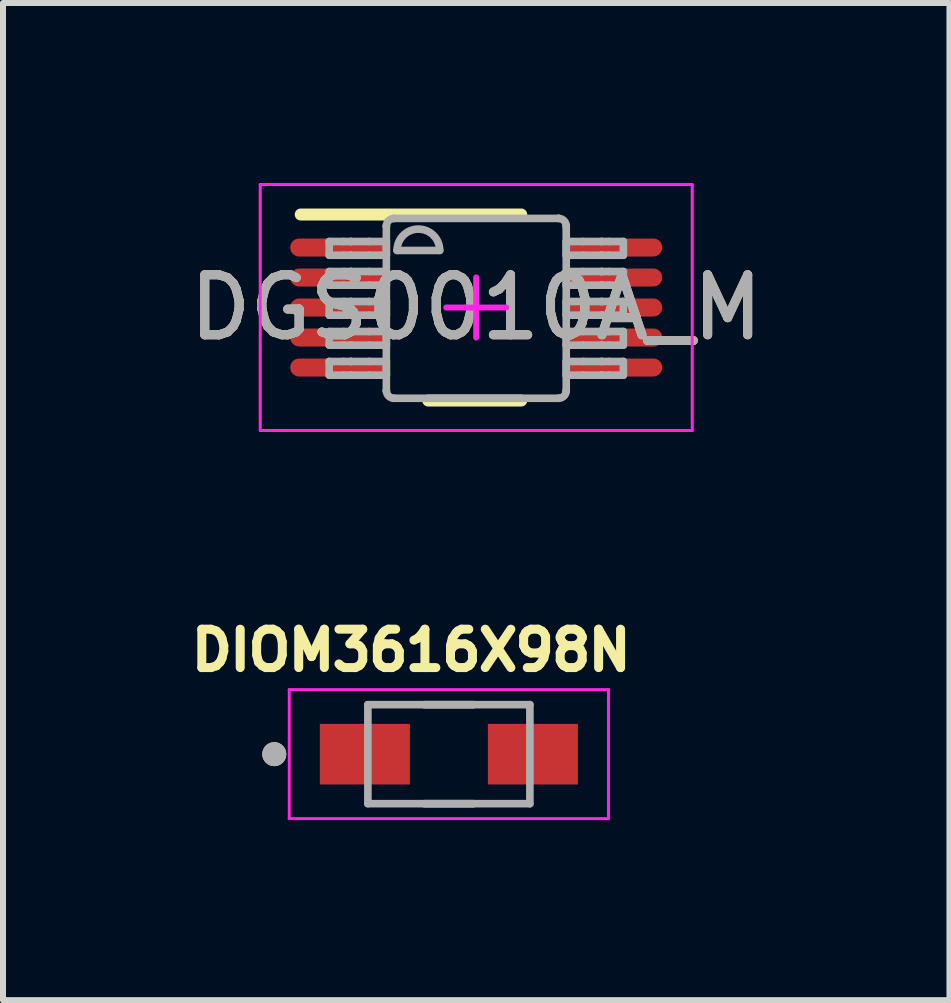
<source format=kicad_pcb>
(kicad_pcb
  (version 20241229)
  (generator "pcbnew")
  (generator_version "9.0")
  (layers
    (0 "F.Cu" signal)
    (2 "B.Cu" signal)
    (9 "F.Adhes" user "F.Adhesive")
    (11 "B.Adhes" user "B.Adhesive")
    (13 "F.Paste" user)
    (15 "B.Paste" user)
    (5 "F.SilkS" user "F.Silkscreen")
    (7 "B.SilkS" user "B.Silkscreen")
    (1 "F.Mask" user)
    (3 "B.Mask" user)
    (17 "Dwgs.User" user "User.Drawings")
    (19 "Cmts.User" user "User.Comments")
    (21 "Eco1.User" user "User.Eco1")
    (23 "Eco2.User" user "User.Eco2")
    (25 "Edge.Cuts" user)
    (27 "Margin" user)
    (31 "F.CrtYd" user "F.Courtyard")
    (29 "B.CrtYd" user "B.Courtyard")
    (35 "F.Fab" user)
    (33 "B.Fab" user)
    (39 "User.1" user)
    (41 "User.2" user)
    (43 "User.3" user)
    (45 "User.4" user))
  (footprint "DGS0010A_M"
    (layer "F.Cu")
    (at 4.887 2.075)
    (property "Reference" "DGS0010A_M" (at 0 0 0) (unlocked yes) (layer "F.SilkS") (effects (font (size 1 1) (thickness 0.15))))
    (attr smd)
    (fp_line (start -2.925 -1.55) (end 0.75 -1.55) (stroke (width 0.2) (type solid)) (layer "F.SilkS"))
    (fp_line (start -0.8 1.55) (end 0.75 1.55) (stroke (width 0.2) (type solid)) (layer "F.SilkS"))
    (fp_line (start -3.6 -2.05) (end 3.6 -2.05) (stroke (width 0.05) (type solid)) (layer "F.CrtYd"))
    (fp_line (start -3.6 2.05) (end -3.6 -2.05) (stroke (width 0.05) (type solid)) (layer "F.CrtYd"))
    (fp_line (start -3.6 2.05) (end 3.6 2.05) (stroke (width 0.05) (type solid)) (layer "F.CrtYd"))
    (fp_line (start -0.5 0.000003) (end 0.5 0.000003) (stroke (width 0.1) (type solid)) (layer "F.CrtYd"))
    (fp_line (start 0 0.5) (end 0 -0.5) (stroke (width 0.1) (type solid)) (layer "F.CrtYd"))
    (fp_line (start 3.6 2.05) (end 3.6 -2.05) (stroke (width 0.05) (type solid)) (layer "F.CrtYd"))
    (fp_line (start -2.45 -1.1) (end -2.21 -1.1) (stroke (width 0.127) (type solid)) (layer "F.Fab"))
    (fp_line (start -2.45 -0.871) (end -2.45 -1.1) (stroke (width 0.127) (type solid)) (layer "F.Fab"))
    (fp_line (start -2.45 -0.871) (end -2.21 -0.871) (stroke (width 0.127) (type solid)) (layer "F.Fab"))
    (fp_line (start -2.45 -0.6) (end -2.21 -0.6) (stroke (width 0.127) (type solid)) (layer "F.Fab"))
    (fp_line (start -2.45 -0.372) (end -2.45 -0.6) (stroke (width 0.127) (type solid)) (layer "F.Fab"))
    (fp_line (start -2.45 -0.372) (end -2.21 -0.372) (stroke (width 0.127) (type solid)) (layer "F.Fab"))
    (fp_line (start -2.45 -0.1) (end -2.21 -0.1) (stroke (width 0.127) (type solid)) (layer "F.Fab"))
    (fp_line (start -2.45 0.128) (end -2.45 -0.1) (stroke (width 0.127) (type solid)) (layer "F.Fab"))
    (fp_line (start -2.45 0.128) (end -2.21 0.128) (stroke (width 0.127) (type solid)) (layer "F.Fab"))
    (fp_line (start -2.45 0.4) (end -2.21 0.4) (stroke (width 0.127) (type solid)) (layer "F.Fab"))
    (fp_line (start -2.45 0.628) (end -2.45 0.4) (stroke (width 0.127) (type solid)) (layer "F.Fab"))
    (fp_line (start -2.45 0.628) (end -2.21 0.628) (stroke (width 0.127) (type solid)) (layer "F.Fab"))
    (fp_line (start -2.45 0.899) (end -2.21 0.899) (stroke (width 0.127) (type solid)) (layer "F.Fab"))
    (fp_line (start -2.45 1.128) (end -2.45 0.899) (stroke (width 0.127) (type solid)) (layer "F.Fab"))
    (fp_line (start -2.45 1.128) (end -2.21 1.128) (stroke (width 0.127) (type solid)) (layer "F.Fab"))
    (fp_line (start -2.21 -1.1) (end -2.09 -1.1) (stroke (width 0.127) (type solid)) (layer "F.Fab"))
    (fp_line (start -2.21 -0.871) (end -2.09 -0.871) (stroke (width 0.127) (type solid)) (layer "F.Fab"))
    (fp_line (start -2.21 -0.6) (end -2.09 -0.6) (stroke (width 0.127) (type solid)) (layer "F.Fab"))
    (fp_line (start -2.21 -0.372) (end -2.09 -0.372) (stroke (width 0.127) (type solid)) (layer "F.Fab"))
    (fp_line (start -2.21 -0.1) (end -2.09 -0.1) (stroke (width 0.127) (type solid)) (layer "F.Fab"))
    (fp_line (start -2.21 0.128) (end -2.09 0.128) (stroke (width 0.127) (type solid)) (layer "F.Fab"))
    (fp_line (start -2.21 0.4) (end -2.09 0.4) (stroke (width 0.127) (type solid)) (layer "F.Fab"))
    (fp_line (start -2.21 0.628) (end -2.09 0.628) (stroke (width 0.127) (type solid)) (layer "F.Fab"))
    (fp_line (start -2.21 0.899) (end -2.09 0.899) (stroke (width 0.127) (type solid)) (layer "F.Fab"))
    (fp_line (start -2.21 1.128) (end -2.09 1.128) (stroke (width 0.127) (type solid)) (layer "F.Fab"))
    (fp_line (start -2.09 -1.1) (end -2.087 -1.1) (stroke (width 0.127) (type solid)) (layer "F.Fab"))
    (fp_line (start -2.09 -0.871) (end -2.087 -0.871) (stroke (width 0.127) (type solid)) (layer "F.Fab"))
    (fp_line (start -2.09 -0.6) (end -2.087 -0.6) (stroke (width 0.127) (type solid)) (layer "F.Fab"))
    (fp_line (start -2.09 -0.372) (end -2.087 -0.372) (stroke (width 0.127) (type solid)) (layer "F.Fab"))
    (fp_line (start -2.09 -0.1) (end -2.087 -0.1) (stroke (width 0.127) (type solid)) (layer "F.Fab"))
    (fp_line (start -2.09 0.128) (end -2.087 0.128) (stroke (width 0.127) (type solid)) (layer "F.Fab"))
    (fp_line (start -2.09 0.4) (end -2.087 0.4) (stroke (width 0.127) (type solid)) (layer "F.Fab"))
    (fp_line (start -2.09 0.628) (end -2.087 0.628) (stroke (width 0.127) (type solid)) (layer "F.Fab"))
    (fp_line (start -2.09 0.899) (end -2.087 0.899) (stroke (width 0.127) (type solid)) (layer "F.Fab"))
    (fp_line (start -2.09 1.128) (end -2.087 1.128) (stroke (width 0.127) (type solid)) (layer "F.Fab"))
    (fp_line (start -2.087 -1.1) (end -1.784 -1.1) (stroke (width 0.127) (type solid)) (layer "F.Fab"))
    (fp_line (start -2.087 -0.871) (end -1.784 -0.871) (stroke (width 0.127) (type solid)) (layer "F.Fab"))
    (fp_line (start -2.087 -0.6) (end -1.784 -0.6) (stroke (width 0.127) (type solid)) (layer "F.Fab"))
    (fp_line (start -2.087 -0.372) (end -1.784 -0.372) (stroke (width 0.127) (type solid)) (layer "F.Fab"))
    (fp_line (start -2.087 -0.1) (end -1.784 -0.1) (stroke (width 0.127) (type solid)) (layer "F.Fab"))
    (fp_line (start -2.087 0.128) (end -1.784 0.128) (stroke (width 0.127) (type solid)) (layer "F.Fab"))
    (fp_line (start -2.087 0.4) (end -1.784 0.4) (stroke (width 0.127) (type solid)) (layer "F.Fab"))
    (fp_line (start -2.087 0.628) (end -1.784 0.628) (stroke (width 0.127) (type solid)) (layer "F.Fab"))
    (fp_line (start -2.087 0.899) (end -1.784 0.899) (stroke (width 0.127) (type solid)) (layer "F.Fab"))
    (fp_line (start -2.087 1.128) (end -1.784 1.128) (stroke (width 0.127) (type solid)) (layer "F.Fab"))
    (fp_line (start -1.784 -1.1) (end -1.498 -1.1) (stroke (width 0.127) (type solid)) (layer "F.Fab"))
    (fp_line (start -1.784 -0.871) (end -1.498 -0.871) (stroke (width 0.127) (type solid)) (layer "F.Fab"))
    (fp_line (start -1.784 -0.6) (end -1.498 -0.6) (stroke (width 0.127) (type solid)) (layer "F.Fab"))
    (fp_line (start -1.784 -0.372) (end -1.498 -0.372) (stroke (width 0.127) (type solid)) (layer "F.Fab"))
    (fp_line (start -1.784 -0.1) (end -1.498 -0.1) (stroke (width 0.127) (type solid)) (layer "F.Fab"))
    (fp_line (start -1.784 0.128) (end -1.498 0.128) (stroke (width 0.127) (type solid)) (layer "F.Fab"))
    (fp_line (start -1.784 0.4) (end -1.498 0.4) (stroke (width 0.127) (type solid)) (layer "F.Fab"))
    (fp_line (start -1.784 0.628) (end -1.498 0.628) (stroke (width 0.127) (type solid)) (layer "F.Fab"))
    (fp_line (start -1.784 0.899) (end -1.498 0.899) (stroke (width 0.127) (type solid)) (layer "F.Fab"))
    (fp_line (start -1.784 1.128) (end -1.498 1.128) (stroke (width 0.127) (type solid)) (layer "F.Fab"))
    (fp_line (start -1.498 -1.358) (end -1.497 -1.36) (stroke (width 0.127) (type solid)) (layer "F.Fab"))
    (fp_line (start -1.498 -0.871) (end -1.498 -1.1) (stroke (width 0.127) (type solid)) (layer "F.Fab"))
    (fp_line (start -1.498 -0.372) (end -1.498 -0.6) (stroke (width 0.127) (type solid)) (layer "F.Fab"))
    (fp_line (start -1.498 0.128) (end -1.498 -0.1) (stroke (width 0.127) (type solid)) (layer "F.Fab"))
    (fp_line (start -1.498 0.628) (end -1.498 0.4) (stroke (width 0.127) (type solid)) (layer "F.Fab"))
    (fp_line (start -1.498 1.128) (end -1.498 0.899) (stroke (width 0.127) (type solid)) (layer "F.Fab"))
    (fp_line (start -1.498 1.386) (end -1.498 -1.358) (stroke (width 0.127) (type solid)) (layer "F.Fab"))
    (fp_line (start -1.498 1.386) (end -1.497 1.388) (stroke (width 0.127) (type solid)) (layer "F.Fab"))
    (fp_line (start -1.373 -1.485) (end -1.371 -1.485) (stroke (width 0.127) (type solid)) (layer "F.Fab"))
    (fp_line (start -1.373 1.513) (end -1.371 1.513) (stroke (width 0.127) (type solid)) (layer "F.Fab"))
    (fp_line (start -1.371 -1.485) (end 1.373 -1.485) (stroke (width 0.127) (type solid)) (layer "F.Fab"))
    (fp_line (start -1.371 1.513) (end 1.373 1.513) (stroke (width 0.127) (type solid)) (layer "F.Fab"))
    (fp_line (start -1.32 -0.951) (end -0.609 -0.951) (stroke (width 0.127) (type solid)) (layer "F.Fab"))
    (fp_line (start 1.373 -1.485) (end 1.375 -1.485) (stroke (width 0.127) (type solid)) (layer "F.Fab"))
    (fp_line (start 1.373 1.513) (end 1.375 1.513) (stroke (width 0.127) (type solid)) (layer "F.Fab"))
    (fp_line (start 1.5 -1.36) (end 1.5 -1.358) (stroke (width 0.127) (type solid)) (layer "F.Fab"))
    (fp_line (start 1.5 1.388) (end 1.5 1.386) (stroke (width 0.127) (type solid)) (layer "F.Fab"))
    (fp_line (start 1.5 -1.1) (end 1.786 -1.1) (stroke (width 0.127) (type solid)) (layer "F.Fab"))
    (fp_line (start 1.5 -0.871) (end 1.5 -1.1) (stroke (width 0.127) (type solid)) (layer "F.Fab"))
    (fp_line (start 1.5 -0.871) (end 1.786 -0.871) (stroke (width 0.127) (type solid)) (layer "F.Fab"))
    (fp_line (start 1.5 -0.6) (end 1.786 -0.6) (stroke (width 0.127) (type solid)) (layer "F.Fab"))
    (fp_line (start 1.5 -0.372) (end 1.5 -0.6) (stroke (width 0.127) (type solid)) (layer "F.Fab"))
    (fp_line (start 1.5 -0.372) (end 1.786 -0.372) (stroke (width 0.127) (type solid)) (layer "F.Fab"))
    (fp_line (start 1.5 -0.1) (end 1.786 -0.1) (stroke (width 0.127) (type solid)) (layer "F.Fab"))
    (fp_line (start 1.5 0.128) (end 1.5 -0.1) (stroke (width 0.127) (type solid)) (layer "F.Fab"))
    (fp_line (start 1.5 0.128) (end 1.786 0.128) (stroke (width 0.127) (type solid)) (layer "F.Fab"))
    (fp_line (start 1.5 0.4) (end 1.786 0.4) (stroke (width 0.127) (type solid)) (layer "F.Fab"))
    (fp_line (start 1.5 0.628) (end 1.5 0.4) (stroke (width 0.127) (type solid)) (layer "F.Fab"))
    (fp_line (start 1.5 0.628) (end 1.786 0.628) (stroke (width 0.127) (type solid)) (layer "F.Fab"))
    (fp_line (start 1.5 0.899) (end 1.786 0.899) (stroke (width 0.127) (type solid)) (layer "F.Fab"))
    (fp_line (start 1.5 1.128) (end 1.5 0.899) (stroke (width 0.127) (type solid)) (layer "F.Fab"))
    (fp_line (start 1.5 1.128) (end 1.786 1.128) (stroke (width 0.127) (type solid)) (layer "F.Fab"))
    (fp_line (start 1.5 1.386) (end 1.5 -1.358) (stroke (width 0.127) (type solid)) (layer "F.Fab"))
    (fp_line (start 1.786 -1.1) (end 2.089 -1.1) (stroke (width 0.127) (type solid)) (layer "F.Fab"))
    (fp_line (start 1.786 -0.871) (end 2.089 -0.871) (stroke (width 0.127) (type solid)) (layer "F.Fab"))
    (fp_line (start 1.786 -0.6) (end 2.089 -0.6) (stroke (width 0.127) (type solid)) (layer "F.Fab"))
    (fp_line (start 1.786 -0.372) (end 2.089 -0.372) (stroke (width 0.127) (type solid)) (layer "F.Fab"))
    (fp_line (start 1.786 -0.1) (end 2.089 -0.1) (stroke (width 0.127) (type solid)) (layer "F.Fab"))
    (fp_line (start 1.786 0.128) (end 2.089 0.128) (stroke (width 0.127) (type solid)) (layer "F.Fab"))
    (fp_line (start 1.786 0.4) (end 2.089 0.4) (stroke (width 0.127) (type solid)) (layer "F.Fab"))
    (fp_line (start 1.786 0.628) (end 2.089 0.628) (stroke (width 0.127) (type solid)) (layer "F.Fab"))
    (fp_line (start 1.786 0.899) (end 2.089 0.899) (stroke (width 0.127) (type solid)) (layer "F.Fab"))
    (fp_line (start 1.786 1.128) (end 2.089 1.128) (stroke (width 0.127) (type solid)) (layer "F.Fab"))
    (fp_line (start 2.089 -1.1) (end 2.093 -1.1) (stroke (width 0.127) (type solid)) (layer "F.Fab"))
    (fp_line (start 2.089 -0.871) (end 2.093 -0.871) (stroke (width 0.127) (type solid)) (layer "F.Fab"))
    (fp_line (start 2.089 -0.6) (end 2.093 -0.6) (stroke (width 0.127) (type solid)) (layer "F.Fab"))
    (fp_line (start 2.089 -0.372) (end 2.093 -0.372) (stroke (width 0.127) (type solid)) (layer "F.Fab"))
    (fp_line (start 2.089 -0.1) (end 2.093 -0.1) (stroke (width 0.127) (type solid)) (layer "F.Fab"))
    (fp_line (start 2.089 0.128) (end 2.093 0.128) (stroke (width 0.127) (type solid)) (layer "F.Fab"))
    (fp_line (start 2.089 0.4) (end 2.093 0.4) (stroke (width 0.127) (type solid)) (layer "F.Fab"))
    (fp_line (start 2.089 0.628) (end 2.093 0.628) (stroke (width 0.127) (type solid)) (layer "F.Fab"))
    (fp_line (start 2.089 0.899) (end 2.093 0.899) (stroke (width 0.127) (type solid)) (layer "F.Fab"))
    (fp_line (start 2.089 1.128) (end 2.093 1.128) (stroke (width 0.127) (type solid)) (layer "F.Fab"))
    (fp_line (start 2.093 -1.1) (end 2.213 -1.1) (stroke (width 0.127) (type solid)) (layer "F.Fab"))
    (fp_line (start 2.093 -0.871) (end 2.213 -0.871) (stroke (width 0.127) (type solid)) (layer "F.Fab"))
    (fp_line (start 2.093 -0.6) (end 2.213 -0.6) (stroke (width 0.127) (type solid)) (layer "F.Fab"))
    (fp_line (start 2.093 -0.372) (end 2.213 -0.372) (stroke (width 0.127) (type solid)) (layer "F.Fab"))
    (fp_line (start 2.093 -0.1) (end 2.213 -0.1) (stroke (width 0.127) (type solid)) (layer "F.Fab"))
    (fp_line (start 2.093 0.128) (end 2.213 0.128) (stroke (width 0.127) (type solid)) (layer "F.Fab"))
    (fp_line (start 2.093 0.4) (end 2.213 0.4) (stroke (width 0.127) (type solid)) (layer "F.Fab"))
    (fp_line (start 2.093 0.628) (end 2.213 0.628) (stroke (width 0.127) (type solid)) (layer "F.Fab"))
    (fp_line (start 2.093 0.899) (end 2.213 0.899) (stroke (width 0.127) (type solid)) (layer "F.Fab"))
    (fp_line (start 2.093 1.128) (end 2.213 1.128) (stroke (width 0.127) (type solid)) (layer "F.Fab"))
    (fp_line (start 2.213 -1.1) (end 2.452 -1.1) (stroke (width 0.127) (type solid)) (layer "F.Fab"))
    (fp_line (start 2.213 -0.871) (end 2.452 -0.871) (stroke (width 0.127) (type solid)) (layer "F.Fab"))
    (fp_line (start 2.213 -0.6) (end 2.452 -0.6) (stroke (width 0.127) (type solid)) (layer "F.Fab"))
    (fp_line (start 2.213 -0.372) (end 2.452 -0.372) (stroke (width 0.127) (type solid)) (layer "F.Fab"))
    (fp_line (start 2.213 -0.1) (end 2.452 -0.1) (stroke (width 0.127) (type solid)) (layer "F.Fab"))
    (fp_line (start 2.213 0.128) (end 2.452 0.128) (stroke (width 0.127) (type solid)) (layer "F.Fab"))
    (fp_line (start 2.213 0.4) (end 2.452 0.4) (stroke (width 0.127) (type solid)) (layer "F.Fab"))
    (fp_line (start 2.213 0.628) (end 2.452 0.628) (stroke (width 0.127) (type solid)) (layer "F.Fab"))
    (fp_line (start 2.213 0.899) (end 2.452 0.899) (stroke (width 0.127) (type solid)) (layer "F.Fab"))
    (fp_line (start 2.213 1.128) (end 2.452 1.128) (stroke (width 0.127) (type solid)) (layer "F.Fab"))
    (fp_line (start 2.452 -0.871) (end 2.452 -1.1) (stroke (width 0.127) (type solid)) (layer "F.Fab"))
    (fp_line (start 2.452 -0.372) (end 2.452 -0.6) (stroke (width 0.127) (type solid)) (layer "F.Fab"))
    (fp_line (start 2.452 0.128) (end 2.452 -0.1) (stroke (width 0.127) (type solid)) (layer "F.Fab"))
    (fp_line (start 2.452 0.628) (end 2.452 0.4) (stroke (width 0.127) (type solid)) (layer "F.Fab"))
    (fp_line (start 2.452 1.128) (end 2.452 0.899) (stroke (width 0.127) (type solid)) (layer "F.Fab"))
    (fp_arc (start -1.49745 -1.360299) (mid -1.460293 -1.447356) (end -1.373243 -1.484531) (stroke (width 0.127) (type solid)) (layer "F.Fab"))
    (fp_arc (start -1.373243 1.512619) (mid -1.460293 1.475444) (end -1.49745 1.388386) (stroke (width 0.127) (type solid)) (layer "F.Fab"))
    (fp_arc (start -1.3197 -0.951156) (mid -0.9641 -1.306756) (end -0.6085 -0.951156) (stroke (width 0.127) (type solid)) (layer "F.Fab"))
    (fp_arc (start 1.375443 -1.484532) (mid 1.462505 -1.447362) (end 1.499675 -1.360299) (stroke (width 0.127) (type solid)) (layer "F.Fab"))
    (fp_arc (start 1.499675 1.388387) (mid 1.462505 1.475449) (end 1.375443 1.512619) (stroke (width 0.127) (type solid)) (layer "F.Fab"))
    (fp_text user "${REFERENCE}" (at 0 0 0) (unlocked yes) (layer "F.Fab") (effects (font (size 1 1) (thickness 0.15))))
    (pad "1" smd oval (at -2.325 -1 90) (size 0.3 1.55) (layers "F.Cu" "F.Mask" "F.Paste"))
    (pad "2" smd oval (at -2.325 -0.5 90) (size 0.3 1.55) (layers "F.Cu" "F.Mask" "F.Paste"))
    (pad "3" smd oval (at -2.325 0 90) (size 0.3 1.55) (layers "F.Cu" "F.Mask" "F.Paste"))
    (pad "4" smd oval (at -2.325 0.5 90) (size 0.3 1.55) (layers "F.Cu" "F.Mask" "F.Paste"))
    (pad "5" smd oval (at -2.325 1 90) (size 0.3 1.55) (layers "F.Cu" "F.Mask" "F.Paste"))
    (pad "6" smd oval (at 2.325 1 90) (size 0.3 1.55) (layers "F.Cu" "F.Mask" "F.Paste"))
    (pad "7" smd oval (at 2.325 0.5 90) (size 0.3 1.55) (layers "F.Cu" "F.Mask" "F.Paste"))
    (pad "8" smd oval (at 2.325 0 90) (size 0.3 1.55) (layers "F.Cu" "F.Mask" "F.Paste"))
    (pad "9" smd oval (at 2.325 -0.5 90) (size 0.3 1.55) (layers "F.Cu" "F.Mask" "F.Paste"))
    (pad "10" smd oval (at 2.325 -1 90) (size 0.3 1.55) (layers "F.Cu" "F.Mask" "F.Paste")))
  (footprint "DIOM3616X98N"
    (layer "F.Cu")
    (at 4.431 9.519)
    (property "Reference" "DIOM3616X98N" (at -0.628 -1.731 0) (layer "F.SilkS") (effects (font (size 0.64 0.64) (thickness 0.15))))
    (attr smd)
    (fp_line (start -0.41 -0.825) (end 0.41 -0.825) (stroke (width 0.127) (type solid)) (layer "F.SilkS"))
    (fp_line (start -0.41 0.825) (end 0.41 0.825) (stroke (width 0.127) (type solid)) (layer "F.SilkS"))
    (fp_circle (center -2.91 0) (end -2.81 0) (stroke (width 0.2) (type solid)) (fill no) (layer "F.SilkS"))
    (fp_line (start -2.66 -1.075) (end -2.66 1.075) (stroke (width 0.05) (type solid)) (layer "F.CrtYd"))
    (fp_line (start -2.66 1.075) (end 2.66 1.075) (stroke (width 0.05) (type solid)) (layer "F.CrtYd"))
    (fp_line (start 2.66 -1.075) (end -2.66 -1.075) (stroke (width 0.05) (type solid)) (layer "F.CrtYd"))
    (fp_line (start 2.66 1.075) (end 2.66 -1.075) (stroke (width 0.05) (type solid)) (layer "F.CrtYd"))
    (fp_line (start -1.35 -0.825) (end -1.35 0.825) (stroke (width 0.127) (type solid)) (layer "F.Fab"))
    (fp_line (start -1.35 -0.825) (end 1.35 -0.825) (stroke (width 0.127) (type solid)) (layer "F.Fab"))
    (fp_line (start -1.35 0.825) (end 1.35 0.825) (stroke (width 0.127) (type solid)) (layer "F.Fab"))
    (fp_line (start 1.35 -0.825) (end 1.35 0.825) (stroke (width 0.127) (type solid)) (layer "F.Fab"))
    (fp_circle (center -2.91 0) (end -2.81 0) (stroke (width 0.2) (type solid)) (fill no) (layer "F.Fab"))
    (pad "1" smd rect (at -1.4 0) (size 1.5 1.01) (layers "F.Cu" "F.Mask" "F.Paste"))
    (pad "2" smd rect (at 1.4 0) (size 1.5 1.01) (layers "F.Cu" "F.Mask" "F.Paste")))
  (gr_rect
    (start -3 -3)
    (end 12.774 13.619)
    (stroke (width 0.1) (type default))
    (fill no)
    (layer "Edge.Cuts")))
</source>
